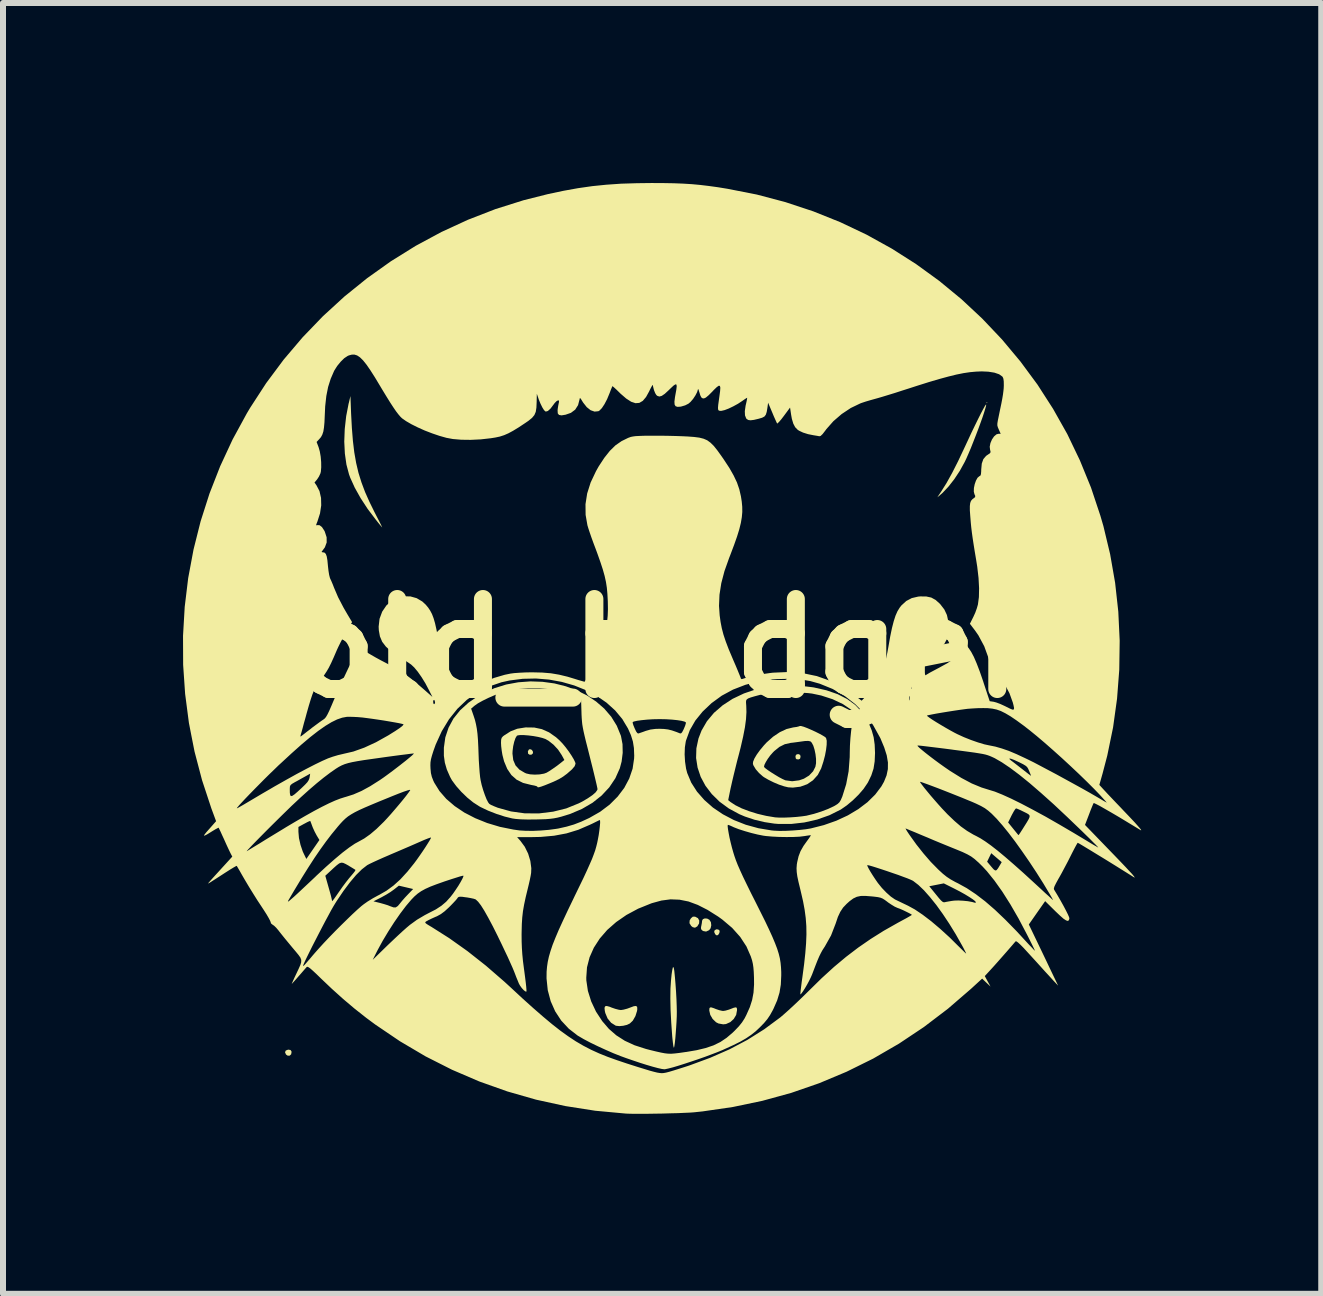
<source format=kicad_pcb>
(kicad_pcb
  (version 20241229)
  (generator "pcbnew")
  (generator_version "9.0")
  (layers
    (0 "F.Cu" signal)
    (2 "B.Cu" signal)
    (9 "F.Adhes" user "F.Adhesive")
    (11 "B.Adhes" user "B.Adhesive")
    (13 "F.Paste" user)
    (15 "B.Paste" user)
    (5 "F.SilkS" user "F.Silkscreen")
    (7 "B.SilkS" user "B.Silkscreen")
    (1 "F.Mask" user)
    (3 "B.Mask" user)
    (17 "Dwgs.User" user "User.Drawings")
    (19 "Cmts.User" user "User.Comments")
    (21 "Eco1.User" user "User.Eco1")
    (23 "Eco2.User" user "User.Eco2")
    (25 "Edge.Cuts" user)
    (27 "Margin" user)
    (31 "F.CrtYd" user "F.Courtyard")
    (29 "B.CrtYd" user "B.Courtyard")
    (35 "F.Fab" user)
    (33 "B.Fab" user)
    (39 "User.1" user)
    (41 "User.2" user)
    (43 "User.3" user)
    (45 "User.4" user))
  (footprint "old_badger"
    (layer "F.Cu")
    (at 7.998 7.754)
    (property "Reference" "old_badger" (at 0 0 0) (layer "F.SilkS") (effects (font (size 1.5 1.5) (thickness 0.3))))
    (attr board_only exclude_from_pos_files exclude_from_bom)
    (fp_poly (pts (xy 5.406 -4.093) (xy 5.398 -4.085) (xy 5.391 -4.093) (xy 5.398 -4.101)) (stroke (width 0) (type solid)) (fill yes) (layer "F.SilkS"))
    (fp_poly (pts (xy 2.286 1.776) (xy 2.293 1.807) (xy 2.284 1.84) (xy 2.257 1.852) (xy 2.224 1.847) (xy 2.212 1.832) (xy 2.208 1.793) (xy 2.227 1.767) (xy 2.257 1.763)) (stroke (width 0) (type solid)) (fill yes) (layer "F.SilkS"))
    (fp_poly (pts (xy -2.184 1.693) (xy -2.166 1.724) (xy -2.167 1.75) (xy -2.189 1.771) (xy -2.22 1.774) (xy -2.245 1.758) (xy -2.248 1.752) (xy -2.251 1.716) (xy -2.235 1.688) (xy -2.216 1.68)) (stroke (width 0) (type solid)) (fill yes) (layer "F.SilkS"))
    (fp_poly (pts (xy -6.207 6.694) (xy -6.192 6.715) (xy -6.189 6.726) (xy -6.196 6.765) (xy -6.221 6.788) (xy -6.254 6.788) (xy -6.282 6.769) (xy -6.298 6.732) (xy -6.286 6.703) (xy -6.25 6.689) (xy -6.242 6.688)) (stroke (width 0) (type solid)) (fill yes) (layer "F.SilkS"))
    (fp_poly (pts (xy 0.934 4.692) (xy 0.945 4.711) (xy 0.94 4.743) (xy 0.922 4.773) (xy 0.9 4.785) (xy 0.881 4.775) (xy 0.869 4.762) (xy 0.853 4.726) (xy 0.863 4.696) (xy 0.895 4.682) (xy 0.9 4.682)) (stroke (width 0) (type solid)) (fill yes) (layer "F.SilkS"))
    (fp_poly (pts (xy 0.538 4.473) (xy 0.583 4.497) (xy 0.605 4.537) (xy 0.602 4.585) (xy 0.573 4.632) (xy 0.571 4.634) (xy 0.534 4.656) (xy 0.496 4.647) (xy 0.47 4.626) (xy 0.442 4.581) (xy 0.445 4.534) (xy 0.467 4.498) (xy 0.498 4.472) (xy 0.535 4.472)) (stroke (width 0) (type solid)) (fill yes) (layer "F.SilkS"))
    (fp_poly (pts (xy 0.737 4.504) (xy 0.774 4.524) (xy 0.774 4.524) (xy 0.799 4.564) (xy 0.805 4.616) (xy 0.794 4.665) (xy 0.769 4.697) (xy 0.719 4.72) (xy 0.673 4.712) (xy 0.654 4.701) (xy 0.635 4.679) (xy 0.634 4.648) (xy 0.639 4.625) (xy 0.648 4.578) (xy 0.652 4.54) (xy 0.652 4.539) (xy 0.666 4.513) (xy 0.698 4.501)) (stroke (width 0) (type solid)) (fill yes) (layer "F.SilkS"))
    (fp_poly (pts (xy 1.229 5.99) (xy 1.234 6.012) (xy 1.234 6.032) (xy 1.22 6.109) (xy 1.18 6.176) (xy 1.122 6.229) (xy 1.051 6.261) (xy 1.003 6.266) (xy 0.925 6.252) (xy 0.884 6.231) (xy 0.828 6.177) (xy 0.788 6.108) (xy 0.772 6.036) (xy 0.772 6.032) (xy 0.774 6) (xy 0.784 5.985) (xy 0.807 5.984) (xy 0.85 5.998) (xy 0.884 6.012) (xy 0.937 6.03) (xy 0.984 6.041) (xy 1.003 6.043) (xy 1.04 6.038) (xy 1.092 6.023) (xy 1.123 6.012) (xy 1.179 5.99) (xy 1.212 5.983)) (stroke (width 0) (type solid)) (fill yes) (layer "F.SilkS"))
    (fp_poly (pts (xy -0.889 5.973) (xy -0.855 5.987) (xy -0.794 6.008) (xy -0.736 6.023) (xy -0.701 6.028) (xy -0.656 6.021) (xy -0.596 6.005) (xy -0.547 5.987) (xy -0.485 5.964) (xy -0.448 5.96) (xy -0.43 5.976) (xy -0.428 6.015) (xy -0.432 6.043) (xy -0.459 6.129) (xy -0.502 6.204) (xy -0.552 6.252) (xy -0.6 6.275) (xy -0.663 6.29) (xy -0.728 6.296) (xy -0.78 6.29) (xy -0.788 6.288) (xy -0.864 6.24) (xy -0.923 6.168) (xy -0.961 6.078) (xy -0.969 6.043) (xy -0.974 5.993) (xy -0.965 5.966) (xy -0.938 5.96)) (stroke (width 0) (type solid)) (fill yes) (layer "F.SilkS"))
    (fp_poly (pts (xy 0.182 5.333) (xy 0.189 5.376) (xy 0.199 5.476) (xy 0.209 5.595) (xy 0.218 5.722) (xy 0.225 5.848) (xy 0.229 5.963) (xy 0.231 6.055) (xy 0.23 6.131) (xy 0.226 6.22) (xy 0.22 6.316) (xy 0.213 6.411) (xy 0.206 6.499) (xy 0.198 6.574) (xy 0.19 6.629) (xy 0.184 6.655) (xy 0.179 6.651) (xy 0.172 6.62) (xy 0.165 6.567) (xy 0.157 6.496) (xy 0.154 6.464) (xy 0.138 6.24) (xy 0.127 6.031) (xy 0.123 5.84) (xy 0.125 5.673) (xy 0.134 5.536) (xy 0.144 5.433) (xy 0.155 5.361) (xy 0.164 5.32) (xy 0.174 5.311)) (stroke (width 0) (type solid)) (fill yes) (layer "F.SilkS"))
    (fp_poly (pts (xy -5.197 -3.91) (xy -5.184 -3.67) (xy -5.167 -3.457) (xy -5.144 -3.265) (xy -5.113 -3.089) (xy -5.074 -2.924) (xy -5.024 -2.764) (xy -4.964 -2.604) (xy -4.891 -2.44) (xy -4.809 -2.273) (xy -4.767 -2.191) (xy -4.73 -2.12) (xy -4.702 -2.064) (xy -4.684 -2.027) (xy -4.679 -2.014) (xy -4.689 -2.026) (xy -4.716 -2.057) (xy -4.753 -2.103) (xy -4.787 -2.146) (xy -4.921 -2.323) (xy -5.038 -2.502) (xy -5.136 -2.677) (xy -5.211 -2.842) (xy -5.232 -2.9) (xy -5.275 -3.063) (xy -5.301 -3.246) (xy -5.311 -3.445) (xy -5.303 -3.655) (xy -5.279 -3.869) (xy -5.238 -4.081) (xy -5.236 -4.086) (xy -5.208 -4.204)) (stroke (width 0) (type solid)) (fill yes) (layer "F.SilkS"))
    (fp_poly (pts (xy 5.385 -4.044) (xy 5.373 -4) (xy 5.353 -3.934) (xy 5.326 -3.852) (xy 5.292 -3.757) (xy 5.254 -3.653) (xy 5.213 -3.546) (xy 5.171 -3.439) (xy 5.13 -3.335) (xy 5.09 -3.241) (xy 5.054 -3.159) (xy 5.028 -3.105) (xy 4.947 -2.958) (xy 4.855 -2.819) (xy 4.758 -2.695) (xy 4.661 -2.592) (xy 4.627 -2.562) (xy 4.572 -2.516) (xy 4.636 -2.612) (xy 4.724 -2.752) (xy 4.818 -2.921) (xy 4.918 -3.118) (xy 5.021 -3.336) (xy 5.083 -3.469) (xy 5.142 -3.596) (xy 5.199 -3.714) (xy 5.251 -3.82) (xy 5.296 -3.91) (xy 5.334 -3.982) (xy 5.362 -4.033) (xy 5.38 -4.06) (xy 5.385 -4.064)) (stroke (width 0) (type solid)) (fill yes) (layer "F.SilkS"))
    (fp_poly (pts (xy -2.145 1.32) (xy -2.018 1.347) (xy -1.899 1.4) (xy -1.783 1.481) (xy -1.726 1.532) (xy -1.675 1.585) (xy -1.621 1.65) (xy -1.569 1.72) (xy -1.523 1.789) (xy -1.486 1.851) (xy -1.463 1.899) (xy -1.457 1.923) (xy -1.472 1.965) (xy -1.515 2.016) (xy -1.525 2.025) (xy -1.598 2.089) (xy -1.664 2.138) (xy -1.734 2.18) (xy -1.817 2.22) (xy -1.881 2.247) (xy -1.967 2.282) (xy -2.028 2.304) (xy -2.067 2.315) (xy -2.088 2.315) (xy -2.094 2.305) (xy -2.094 2.305) (xy -2.109 2.296) (xy -2.147 2.286) (xy -2.2 2.276) (xy -2.203 2.275) (xy -2.331 2.243) (xy -2.439 2.189) (xy -2.526 2.112) (xy -2.595 2.01) (xy -2.648 1.883) (xy -2.675 1.778) (xy -2.679 1.755) (xy -2.508 1.755) (xy -2.495 1.862) (xy -2.457 1.951) (xy -2.392 2.022) (xy -2.3 2.076) (xy -2.276 2.086) (xy -2.214 2.1) (xy -2.136 2.105) (xy -2.054 2.101) (xy -1.981 2.088) (xy -1.94 2.073) (xy -1.894 2.046) (xy -1.833 2.005) (xy -1.766 1.958) (xy -1.704 1.91) (xy -1.684 1.894) (xy -1.643 1.861) (xy -1.688 1.778) (xy -1.748 1.688) (xy -1.824 1.606) (xy -1.906 1.541) (xy -1.959 1.511) (xy -2.012 1.493) (xy -2.082 1.476) (xy -2.16 1.462) (xy -2.24 1.452) (xy -2.315 1.446) (xy -2.378 1.445) (xy -2.421 1.451) (xy -2.435 1.458) (xy -2.458 1.496) (xy -2.479 1.557) (xy -2.496 1.631) (xy -2.506 1.709) (xy -2.508 1.755) (xy -2.679 1.755) (xy -2.687 1.706) (xy -2.696 1.632) (xy -2.699 1.576) (xy -2.697 1.524) (xy -2.688 1.492) (xy -2.667 1.467) (xy -2.647 1.452) (xy -2.539 1.383) (xy -2.427 1.34) (xy -2.302 1.32) (xy -2.287 1.318)) (stroke (width 0) (type solid)) (fill yes) (layer "F.SilkS"))
    (fp_poly (pts (xy 2.302 1.295) (xy 2.346 1.307) (xy 2.404 1.329) (xy 2.471 1.358) (xy 2.541 1.39) (xy 2.607 1.423) (xy 2.663 1.454) (xy 2.703 1.479) (xy 2.718 1.495) (xy 2.729 1.539) (xy 2.728 1.606) (xy 2.718 1.691) (xy 2.7 1.787) (xy 2.673 1.889) (xy 2.64 1.99) (xy 2.637 2) (xy 2.58 2.11) (xy 2.5 2.199) (xy 2.403 2.265) (xy 2.289 2.306) (xy 2.165 2.321) (xy 2.086 2.316) (xy 2.019 2.3) (xy 1.935 2.272) (xy 1.845 2.234) (xy 1.758 2.191) (xy 1.684 2.148) (xy 1.663 2.133) (xy 1.601 2.078) (xy 1.546 2.015) (xy 1.521 1.973) (xy 1.684 1.973) (xy 1.686 1.979) (xy 1.708 2) (xy 1.751 2.032) (xy 1.808 2.07) (xy 1.872 2.11) (xy 1.935 2.148) (xy 1.992 2.178) (xy 2.034 2.197) (xy 2.042 2.2) (xy 2.153 2.215) (xy 2.269 2.2) (xy 2.348 2.173) (xy 2.435 2.12) (xy 2.502 2.049) (xy 2.54 1.974) (xy 2.551 1.916) (xy 2.551 1.843) (xy 2.542 1.765) (xy 2.526 1.688) (xy 2.505 1.621) (xy 2.479 1.572) (xy 2.458 1.551) (xy 2.422 1.543) (xy 2.364 1.545) (xy 2.32 1.551) (xy 2.248 1.561) (xy 2.173 1.571) (xy 2.128 1.576) (xy 2.03 1.598) (xy 1.942 1.642) (xy 1.855 1.712) (xy 1.832 1.735) (xy 1.788 1.785) (xy 1.747 1.841) (xy 1.714 1.895) (xy 1.691 1.941) (xy 1.684 1.973) (xy 1.521 1.973) (xy 1.508 1.952) (xy 1.499 1.926) (xy 1.502 1.89) (xy 1.524 1.836) (xy 1.564 1.769) (xy 1.617 1.696) (xy 1.68 1.62) (xy 1.728 1.568) (xy 1.835 1.473) (xy 1.948 1.397) (xy 2.06 1.345) (xy 2.167 1.319) (xy 2.178 1.317) (xy 2.229 1.31) (xy 2.268 1.3) (xy 2.281 1.294)) (stroke (width 0) (type solid)) (fill yes) (layer "F.SilkS"))
    (fp_poly (pts (xy -2.007 0.558) (xy -1.809 0.585) (xy -1.619 0.633) (xy -1.437 0.7) (xy -1.268 0.784) (xy -1.114 0.887) (xy -0.978 1.005) (xy -0.862 1.14) (xy -0.77 1.289) (xy -0.703 1.452) (xy -0.699 1.465) (xy -0.674 1.597) (xy -0.671 1.742) (xy -0.689 1.887) (xy -0.719 1.999) (xy -0.793 2.165) (xy -0.895 2.317) (xy -1.022 2.453) (xy -1.174 2.574) (xy -1.349 2.676) (xy -1.544 2.759) (xy -1.689 2.804) (xy -1.755 2.821) (xy -1.816 2.833) (xy -1.878 2.841) (xy -1.951 2.847) (xy -2.043 2.85) (xy -2.118 2.852) (xy -2.256 2.853) (xy -2.367 2.85) (xy -2.456 2.843) (xy -2.51 2.835) (xy -2.637 2.804) (xy -2.776 2.759) (xy -2.914 2.705) (xy -3.038 2.646) (xy -3.063 2.632) (xy -3.162 2.568) (xy -3.263 2.486) (xy -3.36 2.392) (xy -3.446 2.295) (xy -3.516 2.2) (xy -3.548 2.142) (xy -3.602 2.019) (xy -3.635 1.905) (xy -3.651 1.79) (xy -3.651 1.661) (xy -3.651 1.656) (xy -3.627 1.484) (xy -3.573 1.322) (xy -3.491 1.17) (xy -3.379 1.031) (xy -3.35 1.005) (xy -3.197 1.005) (xy -3.156 1.123) (xy -3.133 1.194) (xy -3.116 1.264) (xy -3.102 1.339) (xy -3.091 1.424) (xy -3.083 1.525) (xy -3.077 1.647) (xy -3.073 1.76) (xy -3.069 1.866) (xy -3.062 1.972) (xy -3.055 2.068) (xy -3.047 2.147) (xy -3.039 2.197) (xy -3.021 2.278) (xy -2.996 2.363) (xy -2.968 2.444) (xy -2.94 2.515) (xy -2.913 2.567) (xy -2.894 2.592) (xy -2.866 2.609) (xy -2.817 2.631) (xy -2.759 2.654) (xy -2.755 2.656) (xy -2.533 2.718) (xy -2.303 2.75) (xy -2.065 2.751) (xy -1.83 2.722) (xy -1.612 2.668) (xy -1.405 2.584) (xy -1.347 2.555) (xy -1.252 2.499) (xy -1.176 2.447) (xy -1.122 2.4) (xy -1.094 2.36) (xy -1.091 2.345) (xy -1.095 2.322) (xy -1.106 2.271) (xy -1.123 2.198) (xy -1.145 2.106) (xy -1.171 1.999) (xy -1.201 1.88) (xy -1.221 1.8) (xy -1.256 1.66) (xy -1.285 1.547) (xy -1.307 1.455) (xy -1.324 1.38) (xy -1.336 1.318) (xy -1.345 1.264) (xy -1.35 1.213) (xy -1.354 1.162) (xy -1.357 1.105) (xy -1.358 1.065) (xy -1.365 0.839) (xy -1.487 0.791) (xy -1.558 0.764) (xy -1.632 0.739) (xy -1.693 0.72) (xy -1.696 0.719) (xy -1.864 0.684) (xy -2.049 0.665) (xy -2.24 0.664) (xy -2.429 0.68) (xy -2.604 0.714) (xy -2.611 0.715) (xy -2.703 0.743) (xy -2.805 0.781) (xy -2.907 0.825) (xy -3.003 0.872) (xy -3.084 0.917) (xy -3.142 0.958) (xy -3.143 0.959) (xy -3.197 1.005) (xy -3.35 1.005) (xy -3.239 0.904) (xy -3.072 0.79) (xy -2.998 0.749) (xy -2.808 0.664) (xy -2.612 0.603) (xy -2.411 0.566) (xy -2.208 0.551)) (stroke (width 0) (type solid)) (fill yes) (layer "F.SilkS"))
    (fp_poly (pts (xy 2.256 0.627) (xy 2.38 0.635) (xy 2.488 0.648) (xy 2.515 0.652) (xy 2.726 0.7) (xy 2.911 0.764) (xy 3.069 0.845) (xy 3.204 0.944) (xy 3.315 1.062) (xy 3.405 1.199) (xy 3.43 1.25) (xy 3.479 1.368) (xy 3.511 1.482) (xy 3.528 1.604) (xy 3.534 1.744) (xy 3.528 1.884) (xy 3.509 2.005) (xy 3.472 2.118) (xy 3.417 2.232) (xy 3.404 2.253) (xy 3.342 2.344) (xy 3.259 2.44) (xy 3.163 2.534) (xy 3.061 2.619) (xy 2.963 2.687) (xy 2.961 2.688) (xy 2.775 2.781) (xy 2.571 2.853) (xy 2.356 2.902) (xy 2.136 2.927) (xy 1.917 2.926) (xy 1.855 2.921) (xy 1.692 2.896) (xy 1.524 2.856) (xy 1.365 2.803) (xy 1.273 2.764) (xy 1.096 2.668) (xy 0.942 2.555) (xy 0.917 2.53) (xy 1.087 2.53) (xy 1.125 2.561) (xy 1.206 2.614) (xy 1.312 2.667) (xy 1.438 2.715) (xy 1.576 2.758) (xy 1.72 2.792) (xy 1.864 2.816) (xy 1.871 2.817) (xy 1.936 2.821) (xy 2.022 2.821) (xy 2.121 2.817) (xy 2.222 2.81) (xy 2.316 2.8) (xy 2.393 2.789) (xy 2.404 2.786) (xy 2.518 2.758) (xy 2.638 2.72) (xy 2.751 2.677) (xy 2.847 2.632) (xy 2.867 2.621) (xy 2.911 2.593) (xy 2.941 2.565) (xy 2.964 2.527) (xy 2.989 2.469) (xy 2.99 2.466) (xy 3.053 2.265) (xy 3.094 2.049) (xy 3.112 1.814) (xy 3.113 1.734) (xy 3.116 1.617) (xy 3.124 1.494) (xy 3.136 1.375) (xy 3.151 1.267) (xy 3.168 1.181) (xy 3.172 1.165) (xy 3.198 1.072) (xy 3.146 1.03) (xy 2.998 0.929) (xy 2.827 0.848) (xy 2.636 0.786) (xy 2.484 0.754) (xy 2.417 0.746) (xy 2.326 0.74) (xy 2.218 0.736) (xy 2.099 0.734) (xy 2.062 0.734) (xy 1.954 0.735) (xy 1.87 0.737) (xy 1.804 0.741) (xy 1.749 0.747) (xy 1.697 0.756) (xy 1.643 0.769) (xy 1.616 0.776) (xy 1.526 0.8) (xy 1.462 0.819) (xy 1.42 0.835) (xy 1.396 0.852) (xy 1.385 0.874) (xy 1.384 0.904) (xy 1.387 0.945) (xy 1.388 0.959) (xy 1.391 1.063) (xy 1.384 1.181) (xy 1.366 1.316) (xy 1.336 1.471) (xy 1.295 1.65) (xy 1.267 1.76) (xy 1.236 1.877) (xy 1.206 1.999) (xy 1.177 2.117) (xy 1.152 2.223) (xy 1.133 2.308) (xy 1.129 2.324) (xy 1.087 2.53) (xy 0.917 2.53) (xy 0.813 2.428) (xy 0.708 2.29) (xy 0.629 2.143) (xy 0.577 1.988) (xy 0.552 1.828) (xy 0.557 1.666) (xy 0.592 1.502) (xy 0.643 1.37) (xy 0.733 1.215) (xy 0.85 1.075) (xy 0.993 0.951) (xy 1.16 0.842) (xy 1.349 0.752) (xy 1.56 0.68) (xy 1.678 0.65) (xy 1.762 0.637) (xy 1.87 0.628) (xy 1.994 0.623) (xy 2.125 0.623)) (stroke (width 0) (type solid)) (fill yes) (layer "F.SilkS"))
    (fp_poly (pts (xy 0.007 -7.753) (xy 0.181 -7.75) (xy 0.336 -7.744) (xy 0.481 -7.735) (xy 0.621 -7.722) (xy 0.763 -7.705) (xy 0.915 -7.684) (xy 1.075 -7.658) (xy 1.563 -7.562) (xy 2.04 -7.436) (xy 2.505 -7.282) (xy 2.956 -7.101) (xy 3.392 -6.894) (xy 3.813 -6.661) (xy 4.217 -6.404) (xy 4.604 -6.123) (xy 4.973 -5.819) (xy 5.321 -5.494) (xy 5.65 -5.147) (xy 5.956 -4.781) (xy 6.241 -4.395) (xy 6.501 -3.991) (xy 6.738 -3.57) (xy 6.948 -3.132) (xy 7.133 -2.679) (xy 7.289 -2.211) (xy 7.34 -2.036) (xy 7.452 -1.568) (xy 7.535 -1.092) (xy 7.588 -0.611) (xy 7.611 -0.127) (xy 7.604 0.357) (xy 7.567 0.84) (xy 7.501 1.317) (xy 7.404 1.788) (xy 7.326 2.086) (xy 7.272 2.276) (xy 7.338 2.348) (xy 7.368 2.38) (xy 7.415 2.431) (xy 7.477 2.496) (xy 7.549 2.572) (xy 7.627 2.653) (xy 7.674 2.703) (xy 7.777 2.811) (xy 7.858 2.897) (xy 7.916 2.962) (xy 7.954 3.006) (xy 7.97 3.029) (xy 7.966 3.033) (xy 7.96 3.03) (xy 7.942 3.019) (xy 7.902 2.995) (xy 7.846 2.961) (xy 7.778 2.92) (xy 7.755 2.906) (xy 7.603 2.814) (xy 7.472 2.737) (xy 7.364 2.675) (xy 7.28 2.627) (xy 7.22 2.596) (xy 7.186 2.58) (xy 7.177 2.579) (xy 7.168 2.597) (xy 7.151 2.638) (xy 7.127 2.697) (xy 7.101 2.766) (xy 7.033 2.943) (xy 7.404 3.327) (xy 7.526 3.453) (xy 7.627 3.558) (xy 7.708 3.643) (xy 7.77 3.71) (xy 7.816 3.759) (xy 7.845 3.794) (xy 7.859 3.813) (xy 7.861 3.82) (xy 7.85 3.816) (xy 7.843 3.812) (xy 7.751 3.754) (xy 7.65 3.691) (xy 7.543 3.624) (xy 7.435 3.557) (xy 7.328 3.491) (xy 7.226 3.429) (xy 7.133 3.372) (xy 7.052 3.323) (xy 6.986 3.283) (xy 6.939 3.255) (xy 6.914 3.242) (xy 6.911 3.241) (xy 6.902 3.254) (xy 6.881 3.291) (xy 6.851 3.347) (xy 6.815 3.417) (xy 6.793 3.461) (xy 6.746 3.554) (xy 6.693 3.654) (xy 6.643 3.748) (xy 6.599 3.827) (xy 6.592 3.838) (xy 6.551 3.913) (xy 6.525 3.965) (xy 6.514 4) (xy 6.517 4.02) (xy 6.517 4.02) (xy 6.573 4.112) (xy 6.626 4.204) (xy 6.675 4.292) (xy 6.716 4.37) (xy 6.748 4.434) (xy 6.768 4.48) (xy 6.773 4.503) (xy 6.764 4.532) (xy 6.746 4.543) (xy 6.718 4.534) (xy 6.675 4.506) (xy 6.617 4.455) (xy 6.54 4.382) (xy 6.539 4.381) (xy 6.369 4.213) (xy 6.233 4.407) (xy 6.097 4.602) (xy 6.227 4.873) (xy 6.279 4.981) (xy 6.337 5.102) (xy 6.395 5.223) (xy 6.447 5.333) (xy 6.471 5.383) (xy 6.585 5.621) (xy 6.509 5.54) (xy 6.477 5.505) (xy 6.428 5.451) (xy 6.365 5.383) (xy 6.293 5.303) (xy 6.216 5.218) (xy 6.164 5.161) (xy 6.078 5.067) (xy 6.011 4.994) (xy 5.959 4.941) (xy 5.922 4.907) (xy 5.897 4.887) (xy 5.882 4.882) (xy 5.876 4.884) (xy 5.859 4.903) (xy 5.826 4.942) (xy 5.781 4.994) (xy 5.728 5.055) (xy 5.713 5.072) (xy 5.648 5.146) (xy 5.58 5.223) (xy 5.516 5.295) (xy 5.465 5.351) (xy 5.363 5.462) (xy 5.411 5.55) (xy 5.459 5.637) (xy 5.389 5.571) (xy 5.319 5.504) (xy 5.136 5.672) (xy 4.749 6.006) (xy 4.348 6.311) (xy 3.933 6.588) (xy 3.503 6.837) (xy 3.06 7.056) (xy 2.604 7.247) (xy 2.136 7.409) (xy 1.655 7.541) (xy 1.163 7.644) (xy 0.66 7.717) (xy 0.518 7.732) (xy 0.451 7.737) (xy 0.358 7.741) (xy 0.247 7.746) (xy 0.122 7.749) (xy -0.011 7.753) (xy -0.146 7.755) (xy -0.276 7.757) (xy -0.396 7.757) (xy -0.5 7.757) (xy -0.582 7.755) (xy -0.621 7.753) (xy -1.129 7.706) (xy -1.627 7.628) (xy -2.116 7.521) (xy -2.594 7.384) (xy -3.061 7.218) (xy -3.515 7.023) (xy -3.956 6.8) (xy -4.383 6.548) (xy -4.795 6.269) (xy -4.945 6.158) (xy -5.141 6.003) (xy -5.329 5.844) (xy -5.519 5.673) (xy -5.698 5.503) (xy -5.775 5.428) (xy -5.833 5.374) (xy -5.875 5.337) (xy -5.904 5.316) (xy -5.923 5.307) (xy -5.935 5.309) (xy -5.938 5.312) (xy -5.957 5.333) (xy -5.991 5.372) (xy -6.035 5.423) (xy -6.073 5.466) (xy -6.119 5.519) (xy -6.156 5.56) (xy -6.18 5.586) (xy -6.187 5.592) (xy -6.18 5.576) (xy -6.163 5.537) (xy -6.138 5.482) (xy -6.109 5.421) (xy -6.07 5.338) (xy -6.047 5.286) (xy -5.996 5.286) (xy -5.995 5.292) (xy -5.992 5.293) (xy -5.983 5.286) (xy -5.965 5.267) (xy -5.937 5.235) (xy -5.899 5.191) (xy -4.837 5.191) (xy -4.592 4.952) (xy -4.509 4.873) (xy -4.424 4.793) (xy -4.343 4.718) (xy -4.271 4.654) (xy -4.215 4.607) (xy -4.212 4.605) (xy -4.165 4.571) (xy -3.962 4.571) (xy -3.95 4.585) (xy -3.919 4.606) (xy -3.864 4.639) (xy -3.86 4.641) (xy -3.562 4.83) (xy -3.258 5.046) (xy -2.95 5.289) (xy -2.642 5.556) (xy -2.535 5.654) (xy -2.339 5.836) (xy -2.161 5.996) (xy -1.999 6.137) (xy -1.851 6.261) (xy -1.712 6.37) (xy -1.58 6.465) (xy -1.453 6.549) (xy -1.326 6.623) (xy -1.197 6.69) (xy -1.063 6.751) (xy -0.921 6.808) (xy -0.768 6.863) (xy -0.601 6.919) (xy -0.557 6.933) (xy -0.419 6.977) (xy -0.308 7.011) (xy -0.22 7.038) (xy -0.15 7.057) (xy -0.097 7.07) (xy -0.054 7.077) (xy -0.02 7.08) (xy 0.01 7.078) (xy 0.039 7.073) (xy 0.062 7.068) (xy 0.108 7.056) (xy 0.178 7.035) (xy 0.264 7.008) (xy 0.359 6.978) (xy 0.439 6.952) (xy 0.786 6.824) (xy 1.108 6.683) (xy 1.407 6.525) (xy 1.688 6.348) (xy 1.953 6.152) (xy 1.957 6.149) (xy 2.013 6.101) (xy 2.086 6.036) (xy 2.172 5.957) (xy 2.264 5.87) (xy 2.358 5.779) (xy 2.429 5.709) (xy 2.645 5.497) (xy 2.851 5.309) (xy 3.052 5.141) (xy 3.254 4.987) (xy 3.461 4.844) (xy 3.679 4.707) (xy 3.914 4.574) (xy 3.982 4.537) (xy 4.047 4.502) (xy 4.1 4.472) (xy 4.135 4.451) (xy 4.148 4.442) (xy 4.135 4.431) (xy 4.1 4.412) (xy 4.052 4.388) (xy 3.998 4.362) (xy 3.947 4.34) (xy 3.906 4.325) (xy 3.904 4.324) (xy 3.862 4.305) (xy 3.806 4.271) (xy 3.748 4.232) (xy 3.744 4.228) (xy 3.698 4.194) (xy 3.662 4.171) (xy 3.626 4.156) (xy 3.581 4.146) (xy 3.518 4.138) (xy 3.478 4.134) (xy 3.375 4.126) (xy 3.295 4.127) (xy 3.23 4.141) (xy 3.171 4.169) (xy 3.11 4.214) (xy 3.061 4.258) (xy 3.002 4.32) (xy 2.955 4.391) (xy 2.915 4.476) (xy 2.878 4.586) (xy 2.875 4.594) (xy 2.801 4.785) (xy 2.697 4.97) (xy 2.683 4.991) (xy 2.656 5.033) (xy 2.631 5.079) (xy 2.604 5.134) (xy 2.574 5.204) (xy 2.539 5.293) (xy 2.496 5.406) (xy 2.485 5.435) (xy 2.463 5.485) (xy 2.434 5.544) (xy 2.401 5.605) (xy 2.366 5.665) (xy 2.334 5.715) (xy 2.308 5.751) (xy 2.292 5.767) (xy 2.289 5.766) (xy 2.29 5.749) (xy 2.294 5.706) (xy 2.302 5.642) (xy 2.312 5.561) (xy 2.324 5.476) (xy 2.352 5.265) (xy 2.372 5.081) (xy 2.385 4.916) (xy 2.391 4.767) (xy 2.389 4.628) (xy 2.379 4.493) (xy 2.361 4.358) (xy 2.335 4.217) (xy 2.3 4.065) (xy 2.286 4.006) (xy 2.258 3.891) (xy 2.239 3.801) (xy 2.229 3.728) (xy 2.226 3.665) (xy 2.23 3.613) (xy 3.404 3.613) (xy 3.408 3.63) (xy 3.426 3.667) (xy 3.456 3.72) (xy 3.494 3.781) (xy 3.536 3.845) (xy 3.579 3.907) (xy 3.581 3.91) (xy 3.648 3.993) (xy 3.723 4.071) (xy 3.797 4.137) (xy 3.865 4.184) (xy 3.881 4.192) (xy 3.927 4.214) (xy 3.991 4.245) (xy 4.06 4.278) (xy 4.085 4.29) (xy 4.198 4.352) (xy 4.327 4.439) (xy 4.469 4.547) (xy 4.619 4.674) (xy 4.777 4.818) (xy 4.912 4.952) (xy 4.965 5.004) (xy 5.009 5.047) (xy 5.04 5.077) (xy 5.053 5.088) (xy 5.053 5.088) (xy 5.048 5.075) (xy 5.031 5.04) (xy 5.005 4.989) (xy 4.983 4.949) (xy 4.879 4.765) (xy 4.772 4.591) (xy 4.663 4.427) (xy 4.555 4.277) (xy 4.449 4.145) (xy 4.349 4.032) (xy 4.279 3.965) (xy 4.438 3.965) (xy 4.55 4.103) (xy 4.599 4.163) (xy 4.633 4.201) (xy 4.658 4.223) (xy 4.678 4.232) (xy 4.698 4.231) (xy 4.712 4.227) (xy 4.756 4.219) (xy 4.815 4.209) (xy 4.857 4.204) (xy 4.922 4.202) (xy 5.001 4.206) (xy 5.081 4.214) (xy 5.151 4.227) (xy 5.191 4.238) (xy 5.212 4.239) (xy 5.215 4.232) (xy 5.202 4.213) (xy 5.164 4.183) (xy 5.105 4.144) (xy 5.031 4.099) (xy 4.945 4.051) (xy 4.856 4.005) (xy 4.68 3.917) (xy 4.559 3.941) (xy 4.438 3.965) (xy 4.279 3.965) (xy 4.256 3.943) (xy 4.173 3.879) (xy 4.158 3.87) (xy 4.126 3.855) (xy 4.073 3.833) (xy 4.002 3.807) (xy 3.919 3.776) (xy 3.828 3.745) (xy 3.735 3.713) (xy 3.645 3.683) (xy 3.562 3.656) (xy 3.492 3.634) (xy 3.439 3.619) (xy 3.409 3.613) (xy 3.404 3.613) (xy 2.23 3.613) (xy 2.23 3.607) (xy 2.237 3.563) (xy 2.26 3.465) (xy 2.293 3.379) (xy 2.342 3.293) (xy 2.394 3.22) (xy 2.429 3.172) (xy 2.454 3.135) (xy 2.464 3.115) (xy 2.464 3.113) (xy 2.443 3.116) (xy 2.401 3.122) (xy 2.357 3.129) (xy 2.276 3.139) (xy 2.173 3.144) (xy 2.056 3.145) (xy 1.935 3.143) (xy 1.819 3.137) (xy 1.717 3.128) (xy 1.673 3.122) (xy 1.577 3.103) (xy 1.471 3.077) (xy 1.363 3.046) (xy 1.263 3.014) (xy 1.181 2.982) (xy 1.149 2.967) (xy 1.11 2.95) (xy 1.085 2.942) (xy 1.08 2.943) (xy 1.078 2.964) (xy 1.083 3.01) (xy 1.094 3.075) (xy 1.109 3.154) (xy 1.129 3.24) (xy 1.151 3.327) (xy 1.175 3.411) (xy 1.191 3.462) (xy 1.215 3.531) (xy 1.246 3.61) (xy 1.286 3.701) (xy 1.335 3.808) (xy 1.396 3.934) (xy 1.469 4.083) (xy 1.53 4.203) (xy 1.623 4.389) (xy 1.703 4.549) (xy 1.769 4.688) (xy 1.824 4.809) (xy 1.868 4.914) (xy 1.903 5.006) (xy 1.929 5.089) (xy 1.948 5.166) (xy 1.96 5.241) (xy 1.967 5.315) (xy 1.971 5.393) (xy 1.971 5.454) (xy 1.964 5.604) (xy 1.942 5.738) (xy 1.903 5.867) (xy 1.843 6.004) (xy 1.829 6.032) (xy 1.785 6.111) (xy 1.74 6.178) (xy 1.685 6.244) (xy 1.617 6.314) (xy 1.545 6.382) (xy 1.469 6.442) (xy 1.385 6.499) (xy 1.288 6.555) (xy 1.171 6.613) (xy 1.031 6.677) (xy 0.987 6.697) (xy 0.906 6.73) (xy 0.809 6.767) (xy 0.702 6.807) (xy 0.588 6.847) (xy 0.472 6.886) (xy 0.36 6.923) (xy 0.256 6.956) (xy 0.165 6.983) (xy 0.091 7.002) (xy 0.04 7.013) (xy 0.023 7.015) (xy -0.018 7.01) (xy -0.085 6.995) (xy -0.171 6.972) (xy -0.273 6.942) (xy -0.384 6.907) (xy -0.5 6.868) (xy -0.616 6.828) (xy -0.701 6.797) (xy -0.825 6.748) (xy -0.955 6.691) (xy -1.086 6.631) (xy -1.21 6.571) (xy -1.32 6.513) (xy -1.407 6.462) (xy -1.421 6.454) (xy -1.569 6.339) (xy -1.695 6.204) (xy -1.796 6.05) (xy -1.871 5.881) (xy -1.92 5.697) (xy -1.94 5.503) (xy -1.94 5.488) (xy -1.278 5.488) (xy -1.277 5.534) (xy -1.251 5.709) (xy -1.196 5.884) (xy -1.116 6.054) (xy -1.012 6.213) (xy -0.901 6.342) (xy -0.778 6.449) (xy -0.636 6.54) (xy -0.473 6.615) (xy -0.284 6.676) (xy -0.215 6.694) (xy -0.112 6.719) (xy -0.032 6.737) (xy 0.032 6.749) (xy 0.087 6.755) (xy 0.141 6.756) (xy 0.202 6.751) (xy 0.277 6.742) (xy 0.373 6.728) (xy 0.385 6.727) (xy 0.561 6.697) (xy 0.711 6.661) (xy 0.841 6.617) (xy 0.956 6.561) (xy 1.06 6.491) (xy 1.161 6.405) (xy 1.196 6.371) (xy 1.266 6.298) (xy 1.318 6.233) (xy 1.361 6.166) (xy 1.391 6.107) (xy 1.448 5.979) (xy 1.486 5.86) (xy 1.509 5.738) (xy 1.518 5.603) (xy 1.517 5.488) (xy 1.513 5.391) (xy 1.507 5.318) (xy 1.498 5.257) (xy 1.485 5.2) (xy 1.465 5.138) (xy 1.465 5.137) (xy 1.391 4.968) (xy 1.287 4.809) (xy 1.153 4.659) (xy 0.989 4.52) (xy 0.918 4.469) (xy 0.743 4.359) (xy 0.58 4.276) (xy 0.426 4.219) (xy 0.276 4.189) (xy 0.127 4.183) (xy -0.025 4.203) (xy -0.182 4.246) (xy -0.199 4.252) (xy -0.414 4.339) (xy -0.608 4.443) (xy -0.78 4.562) (xy -0.929 4.693) (xy -1.053 4.836) (xy -1.152 4.989) (xy -1.223 5.149) (xy -1.266 5.316) (xy -1.278 5.488) (xy -1.94 5.488) (xy -1.94 5.47) (xy -1.939 5.388) (xy -1.932 5.307) (xy -1.92 5.225) (xy -1.901 5.138) (xy -1.874 5.045) (xy -1.839 4.941) (xy -1.793 4.825) (xy -1.737 4.693) (xy -1.668 4.542) (xy -1.587 4.369) (xy -1.492 4.172) (xy -1.473 4.132) (xy -1.392 3.965) (xy -1.323 3.823) (xy -1.267 3.702) (xy -1.221 3.599) (xy -1.183 3.512) (xy -1.154 3.436) (xy -1.13 3.369) (xy -1.112 3.306) (xy -1.097 3.246) (xy -1.086 3.193) (xy -1.071 3.113) (xy -1.06 3.035) (xy -1.052 2.965) (xy -1.047 2.909) (xy -1.048 2.872) (xy -1.053 2.861) (xy -1.054 2.861) (xy -1.073 2.87) (xy -1.114 2.89) (xy -1.17 2.918) (xy -1.219 2.941) (xy -1.411 3.024) (xy -1.607 3.084) (xy -1.815 3.123) (xy -2.039 3.143) (xy -2.179 3.146) (xy -2.431 3.146) (xy -2.375 3.209) (xy -2.303 3.307) (xy -2.247 3.421) (xy -2.21 3.543) (xy -2.194 3.664) (xy -2.197 3.742) (xy -2.205 3.791) (xy -2.219 3.86) (xy -2.237 3.939) (xy -2.253 4.005) (xy -2.288 4.149) (xy -2.314 4.271) (xy -2.333 4.38) (xy -2.345 4.485) (xy -2.352 4.593) (xy -2.355 4.714) (xy -2.356 4.769) (xy -2.355 4.888) (xy -2.351 4.994) (xy -2.344 5.098) (xy -2.333 5.211) (xy -2.316 5.343) (xy -2.311 5.379) (xy -2.298 5.478) (xy -2.287 5.566) (xy -2.279 5.639) (xy -2.275 5.691) (xy -2.274 5.718) (xy -2.275 5.72) (xy -2.293 5.718) (xy -2.321 5.696) (xy -2.353 5.661) (xy -2.383 5.619) (xy -2.402 5.584) (xy -2.418 5.544) (xy -2.443 5.484) (xy -2.47 5.413) (xy -2.485 5.375) (xy -2.508 5.32) (xy -2.543 5.242) (xy -2.586 5.146) (xy -2.637 5.039) (xy -2.691 4.925) (xy -2.747 4.81) (xy -2.747 4.809) (xy -2.834 4.635) (xy -2.911 4.49) (xy -2.977 4.373) (xy -3.033 4.284) (xy -3.08 4.223) (xy -3.118 4.187) (xy -3.125 4.183) (xy -3.154 4.173) (xy -3.205 4.162) (xy -3.267 4.151) (xy -3.279 4.15) (xy -3.342 4.141) (xy -3.381 4.139) (xy -3.404 4.143) (xy -3.419 4.154) (xy -3.428 4.168) (xy -3.45 4.195) (xy -3.488 4.236) (xy -3.536 4.286) (xy -3.567 4.317) (xy -3.638 4.382) (xy -3.701 4.429) (xy -3.766 4.465) (xy -3.793 4.476) (xy -3.853 4.503) (xy -3.905 4.528) (xy -3.939 4.547) (xy -3.941 4.547) (xy -3.958 4.56) (xy -3.962 4.571) (xy -4.165 4.571) (xy -4.099 4.523) (xy -3.969 4.446) (xy -3.902 4.411) (xy -3.785 4.351) (xy -3.692 4.29) (xy -3.613 4.223) (xy -3.541 4.143) (xy -3.499 4.089) (xy -3.454 4.024) (xy -3.41 3.958) (xy -3.373 3.896) (xy -3.344 3.843) (xy -3.327 3.805) (xy -3.325 3.789) (xy -3.341 3.791) (xy -3.384 3.802) (xy -3.447 3.822) (xy -3.526 3.847) (xy -3.617 3.877) (xy -3.641 3.885) (xy -3.771 3.931) (xy -3.876 3.971) (xy -3.96 4.009) (xy -4.029 4.047) (xy -4.088 4.088) (xy -4.142 4.135) (xy -4.194 4.189) (xy -4.283 4.294) (xy -4.379 4.421) (xy -4.479 4.565) (xy -4.577 4.718) (xy -4.67 4.873) (xy -4.753 5.025) (xy -4.773 5.064) (xy -4.837 5.191) (xy -5.899 5.191) (xy -5.894 5.186) (xy -5.835 5.116) (xy -5.804 5.08) (xy -5.735 5.002) (xy -5.653 4.912) (xy -5.56 4.814) (xy -5.462 4.713) (xy -5.362 4.613) (xy -5.264 4.517) (xy -5.173 4.429) (xy -5.092 4.354) (xy -5.025 4.295) (xy -4.984 4.263) (xy -4.917 4.216) (xy -4.916 4.216) (xy -4.824 4.216) (xy -4.713 4.244) (xy -4.648 4.262) (xy -4.587 4.281) (xy -4.547 4.297) (xy -4.491 4.317) (xy -4.452 4.317) (xy -4.418 4.294) (xy -4.386 4.256) (xy -4.348 4.209) (xy -4.298 4.152) (xy -4.249 4.1) (xy -4.163 4.011) (xy -4.282 3.983) (xy -4.401 3.955) (xy -4.485 4.021) (xy -4.541 4.061) (xy -4.612 4.105) (xy -4.684 4.145) (xy -4.697 4.152) (xy -4.824 4.216) (xy -4.916 4.216) (xy -4.835 4.166) (xy -4.753 4.121) (xy -4.729 4.109) (xy -4.607 4.039) (xy -4.491 3.954) (xy -4.375 3.849) (xy -4.257 3.72) (xy -4.146 3.582) (xy -4.103 3.524) (xy -4.055 3.456) (xy -4.006 3.385) (xy -3.96 3.316) (xy -3.92 3.253) (xy -3.888 3.201) (xy -3.869 3.166) (xy -3.865 3.153) (xy -3.882 3.156) (xy -3.921 3.17) (xy -3.979 3.193) (xy -4.047 3.223) (xy -4.054 3.226) (xy -4.127 3.258) (xy -4.221 3.299) (xy -4.328 3.345) (xy -4.44 3.393) (xy -4.548 3.439) (xy -4.554 3.442) (xy -4.652 3.484) (xy -4.744 3.525) (xy -4.823 3.561) (xy -4.886 3.591) (xy -4.926 3.612) (xy -4.932 3.616) (xy -5.018 3.683) (xy -5.114 3.778) (xy -5.216 3.899) (xy -5.324 4.043) (xy -5.436 4.209) (xy -5.463 4.252) (xy -5.492 4.3) (xy -5.531 4.368) (xy -5.576 4.452) (xy -5.628 4.548) (xy -5.682 4.651) (xy -5.738 4.759) (xy -5.793 4.866) (xy -5.846 4.969) (xy -5.893 5.064) (xy -5.934 5.147) (xy -5.966 5.214) (xy -5.987 5.261) (xy -5.996 5.285) (xy -5.996 5.286) (xy -6.047 5.286) (xy -6.043 5.278) (xy -6.029 5.231) (xy -6.028 5.192) (xy -6.042 5.154) (xy -6.073 5.11) (xy -6.12 5.053) (xy -6.174 4.989) (xy -6.236 4.914) (xy -6.298 4.839) (xy -6.352 4.772) (xy -6.394 4.719) (xy -6.406 4.703) (xy -6.445 4.657) (xy -6.481 4.622) (xy -6.506 4.606) (xy -6.506 4.605) (xy -6.532 4.584) (xy -6.537 4.565) (xy -6.546 4.541) (xy -6.569 4.497) (xy -6.605 4.435) (xy -6.651 4.363) (xy -6.695 4.296) (xy -6.745 4.22) (xy -6.25 4.22) (xy -6.242 4.218) (xy -6.224 4.205) (xy -6.194 4.179) (xy -6.149 4.14) (xy -6.089 4.085) (xy -6.011 4.012) (xy -5.914 3.921) (xy -5.796 3.81) (xy -5.778 3.792) (xy -5.776 3.79) (xy -5.627 3.79) (xy -5.573 3.981) (xy -5.552 4.055) (xy -5.534 4.12) (xy -5.523 4.167) (xy -5.518 4.191) (xy -5.518 4.192) (xy -5.513 4.211) (xy -5.511 4.212) (xy -5.5 4.2) (xy -5.474 4.166) (xy -5.439 4.116) (xy -5.396 4.054) (xy -5.392 4.049) (xy -5.34 3.974) (xy -5.284 3.899) (xy -5.232 3.833) (xy -5.198 3.793) (xy -5.161 3.749) (xy -5.134 3.714) (xy -5.124 3.694) (xy -5.125 3.692) (xy -5.142 3.681) (xy -5.179 3.658) (xy -5.229 3.628) (xy -5.241 3.62) (xy -5.292 3.592) (xy -5.33 3.575) (xy -5.362 3.572) (xy -5.395 3.584) (xy -5.435 3.614) (xy -5.489 3.662) (xy -5.521 3.692) (xy -5.627 3.79) (xy -5.776 3.79) (xy -5.615 3.641) (xy -5.468 3.511) (xy -5.339 3.403) (xy -5.227 3.318) (xy -5.134 3.255) (xy -5.077 3.224) (xy -4.978 3.169) (xy -4.879 3.099) (xy -4.774 3.01) (xy -4.659 2.898) (xy -4.649 2.888) (xy -4.595 2.83) (xy -4.532 2.76) (xy -4.465 2.682) (xy -4.398 2.603) (xy -4.335 2.527) (xy -4.28 2.458) (xy -4.238 2.402) (xy -4.213 2.365) (xy -4.211 2.362) (xy -4.219 2.358) (xy -4.254 2.367) (xy -4.318 2.388) (xy -4.41 2.423) (xy -4.53 2.471) (xy -4.566 2.486) (xy -4.726 2.551) (xy -4.86 2.607) (xy -4.97 2.654) (xy -5.061 2.695) (xy -5.135 2.732) (xy -5.196 2.767) (xy -5.248 2.801) (xy -5.292 2.837) (xy -5.334 2.877) (xy -5.375 2.921) (xy -5.42 2.973) (xy -5.432 2.988) (xy -5.524 3.1) (xy -5.615 3.219) (xy -5.708 3.348) (xy -5.806 3.491) (xy -5.909 3.65) (xy -6.021 3.829) (xy -6.143 4.031) (xy -6.24 4.196) (xy -6.248 4.212) (xy -6.25 4.22) (xy -6.745 4.22) (xy -6.759 4.199) (xy -6.828 4.089) (xy -6.896 3.979) (xy -6.955 3.88) (xy -6.975 3.846) (xy -7.018 3.772) (xy -7.054 3.708) (xy -7.083 3.659) (xy -7.1 3.63) (xy -7.104 3.625) (xy -7.118 3.631) (xy -7.155 3.652) (xy -7.208 3.684) (xy -7.274 3.726) (xy -7.313 3.751) (xy -7.387 3.799) (xy -7.455 3.843) (xy -7.51 3.878) (xy -7.547 3.902) (xy -7.556 3.907) (xy -7.569 3.915) (xy -7.578 3.919) (xy -7.579 3.918) (xy -7.572 3.907) (xy -7.554 3.886) (xy -7.523 3.851) (xy -7.477 3.8) (xy -7.413 3.73) (xy -7.331 3.64) (xy -7.33 3.639) (xy -7.177 3.471) (xy -7.202 3.424) (xy -7.218 3.391) (xy -7.223 3.381) (xy -6.937 3.381) (xy -6.935 3.381) (xy -6.911 3.366) (xy -6.864 3.337) (xy -6.798 3.297) (xy -6.717 3.248) (xy -6.626 3.191) (xy -6.544 3.141) (xy -6.327 3.009) (xy -6.275 2.977) (xy -6.075 2.977) (xy -6.075 3.057) (xy -6.066 3.162) (xy -6.04 3.276) (xy -6.003 3.385) (xy -5.985 3.424) (xy -5.943 3.51) (xy -5.834 3.352) (xy -5.725 3.194) (xy -5.771 3.118) (xy -5.804 3.056) (xy -5.835 2.988) (xy -5.845 2.962) (xy -5.862 2.916) (xy -5.874 2.885) (xy -5.878 2.877) (xy -5.893 2.881) (xy -5.928 2.897) (xy -5.976 2.923) (xy -5.979 2.924) (xy -6.075 2.977) (xy -6.275 2.977) (xy -6.135 2.894) (xy -5.965 2.795) (xy -5.815 2.711) (xy -5.683 2.641) (xy -5.568 2.584) (xy -5.466 2.538) (xy -5.378 2.504) (xy -5.299 2.479) (xy -5.287 2.476) (xy -5.158 2.435) (xy -5.024 2.377) (xy -4.881 2.299) (xy -4.723 2.199) (xy -4.714 2.193) (xy -4.653 2.151) (xy -4.583 2.1) (xy -4.506 2.043) (xy -4.429 1.984) (xy -4.382 1.948) (xy -3.876 1.948) (xy -3.874 2.002) (xy -3.867 2.078) (xy -3.852 2.141) (xy -3.826 2.208) (xy -3.81 2.241) (xy -3.724 2.379) (xy -3.611 2.509) (xy -3.471 2.629) (xy -3.31 2.737) (xy -3.128 2.831) (xy -2.93 2.911) (xy -2.717 2.975) (xy -2.494 3.02) (xy -2.389 3.035) (xy -2.287 3.041) (xy -2.164 3.042) (xy -2.032 3.036) (xy -1.901 3.025) (xy -1.783 3.009) (xy -1.745 3.003) (xy -1.607 2.972) (xy -1.484 2.936) (xy -1.362 2.889) (xy -1.23 2.828) (xy -1.226 2.826) (xy -1.047 2.724) (xy -0.889 2.605) (xy -0.755 2.471) (xy -0.645 2.326) (xy -0.562 2.17) (xy -0.506 2.006) (xy -0.481 1.837) (xy -0.479 1.784) (xy -0.48 1.768) (xy 0.361 1.768) (xy 0.368 1.889) (xy 0.385 2.005) (xy 0.404 2.078) (xy 0.471 2.238) (xy 0.567 2.388) (xy 0.689 2.527) (xy 0.833 2.654) (xy 0.999 2.766) (xy 1.182 2.862) (xy 1.38 2.94) (xy 1.591 2.998) (xy 1.812 3.035) (xy 1.855 3.039) (xy 1.939 3.043) (xy 2.043 3.042) (xy 2.159 3.036) (xy 2.275 3.027) (xy 2.382 3.015) (xy 2.46 3.002) (xy 4.042 3.002) (xy 4.048 3.014) (xy 4.067 3.047) (xy 4.098 3.094) (xy 4.116 3.12) (xy 4.223 3.269) (xy 4.341 3.418) (xy 4.463 3.559) (xy 4.582 3.68) (xy 4.591 3.689) (xy 4.665 3.757) (xy 4.729 3.808) (xy 4.794 3.851) (xy 4.873 3.895) (xy 4.916 3.916) (xy 5.063 3.997) (xy 5.213 4.097) (xy 5.369 4.216) (xy 5.532 4.357) (xy 5.705 4.522) (xy 5.891 4.712) (xy 5.965 4.792) (xy 6.033 4.866) (xy 6.093 4.931) (xy 6.143 4.983) (xy 6.178 5.021) (xy 6.197 5.039) (xy 6.199 5.04) (xy 6.194 5.027) (xy 6.176 4.989) (xy 6.148 4.932) (xy 6.112 4.86) (xy 6.07 4.777) (xy 6.067 4.771) (xy 5.927 4.505) (xy 5.789 4.266) (xy 5.654 4.053) (xy 5.523 3.869) (xy 5.398 3.714) (xy 5.327 3.637) (xy 5.255 3.566) (xy 5.243 3.556) (xy 5.402 3.556) (xy 5.471 3.638) (xy 5.509 3.682) (xy 5.536 3.702) (xy 5.559 3.697) (xy 5.584 3.666) (xy 5.611 3.621) (xy 5.645 3.563) (xy 5.558 3.489) (xy 5.471 3.414) (xy 5.436 3.485) (xy 5.402 3.556) (xy 5.243 3.556) (xy 5.194 3.512) (xy 5.136 3.469) (xy 5.071 3.432) (xy 4.993 3.395) (xy 4.894 3.354) (xy 4.889 3.352) (xy 4.82 3.324) (xy 4.729 3.287) (xy 4.624 3.244) (xy 4.513 3.198) (xy 4.403 3.151) (xy 4.381 3.142) (xy 4.285 3.102) (xy 4.2 3.066) (xy 4.129 3.037) (xy 4.076 3.015) (xy 4.047 3.003) (xy 4.042 3.002) (xy 2.46 3.002) (xy 2.461 3.002) (xy 2.681 2.946) (xy 2.889 2.873) (xy 3.081 2.784) (xy 3.255 2.68) (xy 3.408 2.564) (xy 3.537 2.437) (xy 3.639 2.302) (xy 3.683 2.224) (xy 4.284 2.224) (xy 4.29 2.239) (xy 4.315 2.273) (xy 4.354 2.324) (xy 4.404 2.385) (xy 4.462 2.455) (xy 4.525 2.528) (xy 4.589 2.601) (xy 4.65 2.669) (xy 4.707 2.729) (xy 4.739 2.763) (xy 4.858 2.877) (xy 4.965 2.969) (xy 5.069 3.043) (xy 5.174 3.105) (xy 5.222 3.129) (xy 5.292 3.167) (xy 5.373 3.219) (xy 5.468 3.287) (xy 5.577 3.372) (xy 5.701 3.475) (xy 5.842 3.597) (xy 6.002 3.739) (xy 6.181 3.903) (xy 6.306 4.018) (xy 6.37 4.078) (xy 6.426 4.128) (xy 6.468 4.167) (xy 6.495 4.191) (xy 6.501 4.196) (xy 6.495 4.183) (xy 6.477 4.15) (xy 6.45 4.104) (xy 6.446 4.097) (xy 6.337 3.915) (xy 6.222 3.733) (xy 6.103 3.553) (xy 5.984 3.381) (xy 5.868 3.219) (xy 5.757 3.073) (xy 5.654 2.946) (xy 5.615 2.902) (xy 5.752 2.902) (xy 5.837 3.007) (xy 5.876 3.055) (xy 5.906 3.092) (xy 5.923 3.112) (xy 5.925 3.113) (xy 5.935 3.101) (xy 5.958 3.067) (xy 5.99 3.017) (xy 6.017 2.974) (xy 6.064 2.899) (xy 6.095 2.846) (xy 6.11 2.81) (xy 6.109 2.785) (xy 6.091 2.765) (xy 6.056 2.745) (xy 6.013 2.724) (xy 5.958 2.697) (xy 5.913 2.677) (xy 5.887 2.668) (xy 5.884 2.667) (xy 5.87 2.681) (xy 5.847 2.716) (xy 5.819 2.767) (xy 5.81 2.784) (xy 5.752 2.902) (xy 5.615 2.902) (xy 5.563 2.842) (xy 5.545 2.824) (xy 5.479 2.757) (xy 5.421 2.706) (xy 5.364 2.664) (xy 5.299 2.627) (xy 5.218 2.588) (xy 5.152 2.559) (xy 5.076 2.528) (xy 4.987 2.491) (xy 4.889 2.452) (xy 4.786 2.411) (xy 4.682 2.37) (xy 4.582 2.331) (xy 4.489 2.296) (xy 4.409 2.266) (xy 4.345 2.243) (xy 4.302 2.228) (xy 4.284 2.224) (xy 4.284 2.224) (xy 3.683 2.224) (xy 3.684 2.222) (xy 3.726 2.118) (xy 3.748 2.013) (xy 3.749 1.902) (xy 3.729 1.783) (xy 3.687 1.651) (xy 3.674 1.62) (xy 4.241 1.62) (xy 4.246 1.631) (xy 4.273 1.658) (xy 4.319 1.697) (xy 4.379 1.746) (xy 4.451 1.802) (xy 4.53 1.862) (xy 4.613 1.923) (xy 4.696 1.982) (xy 4.776 2.037) (xy 4.785 2.043) (xy 4.973 2.16) (xy 5.146 2.252) (xy 5.308 2.319) (xy 5.43 2.357) (xy 5.531 2.388) (xy 5.655 2.438) (xy 5.803 2.505) (xy 5.973 2.589) (xy 6.163 2.689) (xy 6.373 2.803) (xy 6.6 2.933) (xy 6.844 3.076) (xy 7.047 3.198) (xy 7.118 3.241) (xy 7.178 3.277) (xy 7.224 3.303) (xy 7.25 3.318) (xy 7.254 3.319) (xy 7.245 3.308) (xy 7.217 3.278) (xy 7.171 3.233) (xy 7.112 3.173) (xy 7.041 3.104) (xy 6.983 3.047) (xy 6.737 2.811) (xy 6.51 2.598) (xy 6.3 2.41) (xy 6.109 2.245) (xy 5.936 2.105) (xy 5.782 1.99) (xy 5.647 1.899) (xy 5.553 1.845) (xy 5.774 1.845) (xy 5.799 1.868) (xy 5.811 1.877) (xy 5.843 1.901) (xy 5.892 1.939) (xy 5.951 1.985) (xy 5.994 2.018) (xy 6.05 2.062) (xy 6.095 2.097) (xy 6.125 2.119) (xy 6.134 2.126) (xy 6.13 2.113) (xy 6.116 2.078) (xy 6.102 2.044) (xy 6.085 2.005) (xy 6.067 1.977) (xy 6.041 1.955) (xy 6.001 1.931) (xy 5.941 1.901) (xy 5.924 1.893) (xy 5.852 1.86) (xy 5.802 1.841) (xy 5.775 1.836) (xy 5.774 1.845) (xy 5.553 1.845) (xy 5.531 1.832) (xy 5.51 1.822) (xy 5.475 1.806) (xy 5.444 1.793) (xy 5.411 1.781) (xy 5.373 1.77) (xy 5.327 1.76) (xy 5.268 1.75) (xy 5.193 1.738) (xy 5.098 1.725) (xy 4.979 1.709) (xy 4.833 1.69) (xy 4.821 1.688) (xy 4.69 1.671) (xy 4.569 1.656) (xy 4.462 1.643) (xy 4.372 1.632) (xy 4.303 1.624) (xy 4.258 1.62) (xy 4.241 1.62) (xy 3.674 1.62) (xy 3.624 1.5) (xy 3.614 1.481) (xy 3.5 1.276) (xy 3.384 1.121) (xy 4.399 1.121) (xy 4.408 1.132) (xy 4.44 1.156) (xy 4.49 1.19) (xy 4.555 1.231) (xy 4.628 1.275) (xy 4.706 1.321) (xy 4.783 1.365) (xy 4.856 1.405) (xy 4.905 1.43) (xy 5.014 1.48) (xy 5.132 1.527) (xy 5.249 1.568) (xy 5.356 1.6) (xy 5.43 1.616) (xy 5.539 1.638) (xy 5.647 1.669) (xy 5.763 1.709) (xy 5.891 1.763) (xy 6.037 1.831) (xy 6.085 1.854) (xy 6.176 1.899) (xy 6.288 1.958) (xy 6.416 2.026) (xy 6.556 2.1) (xy 6.7 2.179) (xy 6.844 2.258) (xy 6.982 2.334) (xy 7.108 2.405) (xy 7.217 2.468) (xy 7.294 2.513) (xy 7.342 2.542) (xy 7.378 2.562) (xy 7.394 2.571) (xy 7.395 2.571) (xy 7.387 2.561) (xy 7.362 2.532) (xy 7.323 2.489) (xy 7.286 2.448) (xy 7.184 2.342) (xy 7.066 2.224) (xy 6.934 2.096) (xy 6.793 1.963) (xy 6.648 1.829) (xy 6.503 1.699) (xy 6.362 1.575) (xy 6.23 1.463) (xy 6.111 1.366) (xy 6.012 1.289) (xy 5.893 1.202) (xy 5.793 1.134) (xy 5.707 1.083) (xy 5.631 1.045) (xy 5.56 1.02) (xy 5.488 1.005) (xy 5.411 0.997) (xy 5.34 0.996) (xy 5.252 0.997) (xy 5.159 1.002) (xy 5.077 1.008) (xy 5.045 1.012) (xy 4.949 1.025) (xy 4.848 1.04) (xy 4.746 1.056) (xy 4.648 1.072) (xy 4.56 1.087) (xy 4.486 1.101) (xy 4.432 1.112) (xy 4.403 1.119) (xy 4.399 1.121) (xy 3.384 1.121) (xy 3.362 1.092) (xy 3.203 0.929) (xy 3.024 0.79) (xy 2.827 0.677) (xy 2.613 0.59) (xy 2.457 0.546) (xy 2.34 0.526) (xy 2.202 0.513) (xy 2.051 0.509) (xy 1.898 0.513) (xy 1.753 0.524) (xy 1.623 0.543) (xy 1.605 0.547) (xy 1.374 0.608) (xy 1.167 0.688) (xy 0.98 0.789) (xy 0.81 0.913) (xy 0.661 1.054) (xy 0.54 1.203) (xy 0.447 1.364) (xy 0.385 1.534) (xy 0.38 1.553) (xy 0.365 1.651) (xy 0.361 1.768) (xy -0.48 1.768) (xy -0.484 1.661) (xy -0.501 1.553) (xy -0.534 1.447) (xy -0.583 1.336) (xy -0.648 1.228) (xy -0.504 1.228) (xy -0.504 1.245) (xy -0.493 1.282) (xy -0.473 1.331) (xy -0.447 1.386) (xy -0.426 1.414) (xy -0.408 1.419) (xy -0.407 1.419) (xy -0.38 1.409) (xy -0.333 1.393) (xy -0.287 1.376) (xy -0.21 1.354) (xy -0.127 1.343) (xy -0.056 1.341) (xy 0.019 1.344) (xy 0.084 1.352) (xy 0.149 1.368) (xy 0.227 1.395) (xy 0.282 1.417) (xy 0.3 1.418) (xy 0.318 1.4) (xy 0.34 1.359) (xy 0.35 1.337) (xy 0.37 1.288) (xy 0.381 1.251) (xy 0.382 1.234) (xy 0.359 1.221) (xy 0.309 1.208) (xy 0.238 1.197) (xy 0.151 1.188) (xy 0.054 1.182) (xy -0.048 1.18) (xy -0.064 1.18) (xy -0.164 1.182) (xy -0.263 1.188) (xy -0.353 1.197) (xy -0.428 1.207) (xy -0.482 1.219) (xy -0.504 1.228) (xy -0.648 1.228) (xy -0.677 1.179) (xy -0.797 1.035) (xy -0.94 0.906) (xy -1.103 0.793) (xy -1.284 0.697) (xy -1.478 0.619) (xy -1.684 0.56) (xy -1.898 0.521) (xy -2.117 0.503) (xy -2.337 0.508) (xy -2.557 0.536) (xy -2.692 0.566) (xy -2.9 0.637) (xy -3.092 0.734) (xy -3.268 0.858) (xy -3.426 1.008) (xy -3.565 1.182) (xy -3.686 1.381) (xy -3.787 1.603) (xy -3.825 1.709) (xy -3.85 1.788) (xy -3.866 1.848) (xy -3.874 1.898) (xy -3.876 1.948) (xy -4.382 1.948) (xy -4.353 1.925) (xy -4.284 1.871) (xy -4.226 1.823) (xy -4.181 1.785) (xy -4.156 1.76) (xy -4.151 1.752) (xy -4.168 1.753) (xy -4.212 1.758) (xy -4.28 1.767) (xy -4.37 1.778) (xy -4.476 1.792) (xy -4.595 1.808) (xy -4.701 1.823) (xy -4.857 1.845) (xy -4.985 1.863) (xy -5.089 1.88) (xy -5.175 1.896) (xy -5.244 1.912) (xy -5.303 1.93) (xy -5.354 1.951) (xy -5.402 1.976) (xy -5.45 2.006) (xy -5.503 2.043) (xy -5.546 2.073) (xy -5.653 2.154) (xy -5.769 2.248) (xy -5.896 2.357) (xy -6.035 2.482) (xy -6.189 2.626) (xy -6.359 2.792) (xy -6.521 2.952) (xy -6.618 3.049) (xy -6.706 3.138) (xy -6.783 3.216) (xy -6.847 3.282) (xy -6.895 3.333) (xy -6.926 3.366) (xy -6.937 3.381) (xy -7.223 3.381) (xy -7.244 3.337) (xy -7.276 3.268) (xy -7.31 3.192) (xy -7.313 3.185) (xy -7.346 3.114) (xy -7.373 3.054) (xy -7.394 3.011) (xy -7.404 2.99) (xy -7.405 2.989) (xy -7.419 2.995) (xy -7.455 3.014) (xy -7.505 3.044) (xy -7.542 3.067) (xy -7.599 3.102) (xy -7.635 3.12) (xy -7.649 3.122) (xy -7.641 3.105) (xy -7.612 3.068) (xy -7.561 3.01) (xy -7.537 2.983) (xy -7.447 2.881) (xy -7.526 2.667) (xy -7.526 2.667) (xy -7.103 2.667) (xy -7.102 2.667) (xy -7.085 2.66) (xy -7.046 2.638) (xy -6.99 2.606) (xy -6.921 2.565) (xy -6.882 2.542) (xy -6.673 2.418) (xy -6.559 2.352) (xy -6.219 2.352) (xy -6.218 2.409) (xy -6.212 2.446) (xy -6.2 2.463) (xy -6.176 2.458) (xy -6.139 2.433) (xy -6.085 2.386) (xy -6.023 2.329) (xy -5.965 2.273) (xy -5.926 2.231) (xy -5.904 2.197) (xy -5.892 2.166) (xy -5.889 2.151) (xy -5.879 2.089) (xy -5.965 2.137) (xy -6.03 2.173) (xy -6.101 2.213) (xy -6.135 2.231) (xy -6.181 2.258) (xy -6.206 2.279) (xy -6.217 2.304) (xy -6.219 2.343) (xy -6.219 2.352) (xy -6.559 2.352) (xy -6.472 2.301) (xy -6.281 2.193) (xy -6.103 2.094) (xy -5.941 2.008) (xy -5.797 1.934) (xy -5.675 1.875) (xy -5.582 1.834) (xy -5.503 1.806) (xy -5.416 1.78) (xy -5.339 1.762) (xy -5.327 1.759) (xy -5.159 1.72) (xy -4.977 1.655) (xy -4.782 1.565) (xy -4.578 1.451) (xy -4.461 1.378) (xy -4.388 1.329) (xy -4.342 1.293) (xy -4.324 1.271) (xy -4.326 1.265) (xy -4.351 1.258) (xy -4.401 1.247) (xy -4.472 1.234) (xy -4.558 1.219) (xy -4.653 1.203) (xy -4.751 1.188) (xy -4.848 1.174) (xy -4.937 1.162) (xy -5.007 1.153) (xy -5.089 1.146) (xy -5.172 1.142) (xy -5.243 1.141) (xy -5.27 1.142) (xy -5.346 1.156) (xy -5.43 1.185) (xy -5.524 1.231) (xy -5.628 1.294) (xy -5.746 1.377) (xy -5.877 1.479) (xy -6.024 1.603) (xy -6.188 1.749) (xy -6.371 1.918) (xy -6.405 1.949) (xy -6.478 2.02) (xy -6.559 2.098) (xy -6.643 2.181) (xy -6.727 2.266) (xy -6.81 2.35) (xy -6.888 2.43) (xy -6.958 2.503) (xy -7.017 2.566) (xy -7.063 2.616) (xy -7.092 2.651) (xy -7.103 2.667) (xy -7.526 2.667) (xy -7.681 2.197) (xy -7.806 1.721) (xy -7.856 1.468) (xy -6.043 1.468) (xy -6.035 1.468) (xy -6.009 1.449) (xy -6.008 1.448) (xy -5.978 1.425) (xy -5.931 1.388) (xy -5.874 1.345) (xy -5.842 1.319) (xy -5.781 1.274) (xy -5.724 1.232) (xy -5.679 1.2) (xy -5.663 1.19) (xy -5.638 1.171) (xy -5.616 1.145) (xy -5.592 1.104) (xy -5.563 1.045) (xy -5.527 0.962) (xy -5.526 0.96) (xy -5.497 0.891) (xy -3.83 0.891) (xy -3.825 0.921) (xy -3.814 0.932) (xy -3.801 0.918) (xy -3.798 0.901) (xy -3.805 0.87) (xy -3.814 0.86) (xy -3.826 0.866) (xy -3.83 0.891) (xy -5.497 0.891) (xy -5.454 0.791) (xy -5.381 0.626) (xy -5.309 0.47) (xy -5.242 0.328) (xy -5.18 0.204) (xy -5.127 0.102) (xy -5.104 0.06) (xy -5.056 -0.023) (xy -4.972 0.04) (xy -4.931 0.069) (xy -4.867 0.107) (xy -4.787 0.153) (xy -4.699 0.201) (xy -4.626 0.239) (xy -4.508 0.301) (xy -4.405 0.361) (xy -4.308 0.424) (xy -4.212 0.495) (xy -4.109 0.577) (xy -3.993 0.677) (xy -3.96 0.706) (xy -3.842 0.81) (xy -3.902 0.692) (xy -3.96 0.582) (xy -4.023 0.48) (xy -4.086 0.39) (xy -4.145 0.319) (xy -4.196 0.271) (xy -4.199 0.269) (xy -4.242 0.239) (xy -4.304 0.199) (xy -4.373 0.155) (xy -4.414 0.129) (xy -4.53 0.05) (xy -4.617 -0.028) (xy -4.679 -0.109) (xy -4.717 -0.199) (xy -4.735 -0.3) (xy -4.738 -0.361) (xy -4.723 -0.492) (xy -4.679 -0.611) (xy -4.607 -0.717) (xy -4.606 -0.717) (xy -4.52 -0.793) (xy -4.421 -0.844) (xy -4.316 -0.867) (xy -4.209 -0.865) (xy -4.105 -0.836) (xy -4.01 -0.78) (xy -3.954 -0.728) (xy -3.913 -0.679) (xy -3.879 -0.628) (xy -3.849 -0.571) (xy -3.823 -0.503) (xy -3.799 -0.421) (xy -3.776 -0.319) (xy -3.751 -0.194) (xy -3.727 -0.053) (xy -3.704 0.079) (xy -3.684 0.185) (xy -3.666 0.27) (xy -3.647 0.34) (xy -3.628 0.398) (xy -3.606 0.452) (xy -3.58 0.506) (xy -3.573 0.518) (xy -3.544 0.568) (xy -3.506 0.624) (xy -3.464 0.681) (xy -3.424 0.732) (xy -3.391 0.768) (xy -3.369 0.785) (xy -3.35 0.779) (xy -3.314 0.757) (xy -3.27 0.725) (xy -3.137 0.638) (xy -2.981 0.559) (xy -2.811 0.492) (xy -2.637 0.441) (xy -2.54 0.421) (xy -2.479 0.413) (xy -2.395 0.407) (xy -2.299 0.402) (xy -2.199 0.4) (xy -2.174 0.4) (xy -2.011 0.404) (xy -1.867 0.416) (xy -1.731 0.439) (xy -1.59 0.473) (xy -1.481 0.506) (xy -1.414 0.527) (xy -1.358 0.543) (xy -1.32 0.554) (xy -1.308 0.557) (xy -1.295 0.544) (xy -1.277 0.51) (xy -1.27 0.494) (xy -1.256 0.458) (xy -1.232 0.4) (xy -1.2 0.325) (xy -1.164 0.238) (xy -1.13 0.159) (xy -1.066 0.007) (xy -1.016 -0.124) (xy -0.977 -0.238) (xy -0.95 -0.342) (xy -0.931 -0.441) (xy -0.921 -0.543) (xy -0.917 -0.652) (xy -0.919 -0.775) (xy -0.92 -0.799) (xy -0.926 -0.909) (xy -0.935 -1.009) (xy -0.95 -1.106) (xy -0.972 -1.206) (xy -1.002 -1.313) (xy -1.042 -1.435) (xy -1.092 -1.577) (xy -1.122 -1.658) (xy -1.159 -1.756) (xy -1.193 -1.85) (xy -1.222 -1.934) (xy -1.244 -2.001) (xy -1.257 -2.045) (xy -1.258 -2.046) (xy -1.289 -2.224) (xy -1.291 -2.402) (xy -1.263 -2.581) (xy -1.205 -2.764) (xy -1.116 -2.952) (xy -1.071 -3.032) (xy -0.977 -3.175) (xy -0.885 -3.291) (xy -0.791 -3.383) (xy -0.69 -3.453) (xy -0.58 -3.507) (xy -0.566 -3.512) (xy -0.536 -3.523) (xy -0.501 -3.53) (xy -0.458 -3.536) (xy -0.4 -3.539) (xy -0.324 -3.542) (xy -0.225 -3.543) (xy -0.148 -3.543) (xy -0.029 -3.543) (xy 0.097 -3.541) (xy 0.22 -3.538) (xy 0.33 -3.534) (xy 0.415 -3.53) (xy 0.521 -3.522) (xy 0.606 -3.511) (xy 0.677 -3.493) (xy 0.737 -3.467) (xy 0.792 -3.427) (xy 0.847 -3.373) (xy 0.906 -3.299) (xy 0.975 -3.203) (xy 1.015 -3.145) (xy 1.107 -3.005) (xy 1.178 -2.88) (xy 1.233 -2.764) (xy 1.272 -2.651) (xy 1.299 -2.534) (xy 1.313 -2.445) (xy 1.321 -2.358) (xy 1.322 -2.272) (xy 1.314 -2.184) (xy 1.298 -2.09) (xy 1.272 -1.984) (xy 1.235 -1.864) (xy 1.186 -1.725) (xy 1.125 -1.563) (xy 1.102 -1.504) (xy 1.025 -1.287) (xy 0.972 -1.086) (xy 0.942 -0.894) (xy 0.934 -0.708) (xy 0.945 -0.549) (xy 0.96 -0.44) (xy 0.98 -0.336) (xy 1.008 -0.229) (xy 1.046 -0.115) (xy 1.095 0.014) (xy 1.158 0.163) (xy 1.171 0.194) (xy 1.21 0.284) (xy 1.244 0.365) (xy 1.271 0.431) (xy 1.29 0.478) (xy 1.298 0.502) (xy 1.298 0.503) (xy 1.309 0.513) (xy 1.326 0.51) (xy 1.389 0.489) (xy 1.474 0.467) (xy 1.574 0.446) (xy 1.679 0.427) (xy 1.781 0.412) (xy 1.832 0.406) (xy 2.086 0.395) (xy 2.331 0.414) (xy 2.565 0.463) (xy 2.788 0.542) (xy 2.998 0.649) (xy 3.172 0.767) (xy 3.311 0.873) (xy 3.353 0.828) (xy 4.105 0.828) (xy 4.106 0.861) (xy 4.11 0.869) (xy 4.112 0.864) (xy 4.115 0.826) (xy 4.112 0.8) (xy 4.108 0.792) (xy 4.105 0.811) (xy 4.105 0.828) (xy 3.353 0.828) (xy 3.426 0.75) (xy 3.505 0.657) (xy 3.571 0.564) (xy 3.625 0.463) (xy 3.67 0.35) (xy 3.707 0.22) (xy 3.74 0.067) (xy 3.758 -0.032) (xy 3.787 -0.198) (xy 3.816 -0.337) (xy 3.845 -0.45) (xy 3.875 -0.543) (xy 3.908 -0.618) (xy 3.945 -0.678) (xy 3.973 -0.714) (xy 4.055 -0.789) (xy 4.146 -0.837) (xy 4.253 -0.862) (xy 4.286 -0.865) (xy 4.388 -0.864) (xy 4.471 -0.846) (xy 4.544 -0.806) (xy 4.615 -0.742) (xy 4.622 -0.734) (xy 4.689 -0.647) (xy 4.732 -0.555) (xy 4.755 -0.45) (xy 4.761 -0.342) (xy 4.753 -0.239) (xy 4.73 -0.151) (xy 4.689 -0.074) (xy 4.626 -0.002) (xy 4.538 0.068) (xy 4.434 0.135) (xy 4.336 0.198) (xy 4.265 0.253) (xy 4.22 0.304) (xy 4.197 0.348) (xy 4.186 0.386) (xy 4.174 0.441) (xy 4.162 0.503) (xy 4.151 0.566) (xy 4.143 0.62) (xy 4.138 0.659) (xy 4.139 0.673) (xy 4.15 0.664) (xy 4.171 0.636) (xy 4.181 0.621) (xy 4.22 0.569) (xy 4.276 0.518) (xy 4.352 0.463) (xy 4.452 0.403) (xy 4.578 0.336) (xy 4.597 0.326) (xy 4.739 0.248) (xy 4.853 0.172) (xy 4.944 0.095) (xy 5.016 0.013) (xy 5.031 -0.008) (xy 5.058 -0.048) (xy 5.097 -0.000001) (xy 5.137 0.06) (xy 5.181 0.143) (xy 5.228 0.252) (xy 5.28 0.388) (xy 5.337 0.553) (xy 5.344 0.576) (xy 5.445 0.881) (xy 5.512 0.891) (xy 5.556 0.903) (xy 5.618 0.926) (xy 5.686 0.957) (xy 5.715 0.971) (xy 5.783 1.005) (xy 5.825 1.022) (xy 5.847 1.019) (xy 5.851 0.996) (xy 5.842 0.95) (xy 5.83 0.903) (xy 5.774 0.748) (xy 5.69 0.59) (xy 5.581 0.436) (xy 5.529 0.374) (xy 5.49 0.323) (xy 5.46 0.265) (xy 5.434 0.189) (xy 5.427 0.167) (xy 5.354 -0.034) (xy 5.256 -0.217) (xy 5.198 -0.3) (xy 5.115 -0.409) (xy 5.172 -0.523) (xy 5.204 -0.593) (xy 5.231 -0.668) (xy 5.249 -0.732) (xy 5.249 -0.733) (xy 5.265 -0.854) (xy 5.268 -1.002) (xy 5.259 -1.172) (xy 5.237 -1.362) (xy 5.218 -1.481) (xy 5.194 -1.624) (xy 5.175 -1.743) (xy 5.16 -1.842) (xy 5.148 -1.929) (xy 5.138 -2.01) (xy 5.13 -2.091) (xy 5.123 -2.178) (xy 5.121 -2.203) (xy 5.114 -2.3) (xy 5.114 -2.371) (xy 5.12 -2.421) (xy 5.133 -2.457) (xy 5.156 -2.484) (xy 5.177 -2.5) (xy 5.201 -2.519) (xy 5.204 -2.54) (xy 5.191 -2.568) (xy 5.18 -2.612) (xy 5.182 -2.671) (xy 5.195 -2.735) (xy 5.216 -2.795) (xy 5.242 -2.842) (xy 5.272 -2.868) (xy 5.275 -2.869) (xy 5.29 -2.878) (xy 5.299 -2.902) (xy 5.303 -2.946) (xy 5.304 -2.983) (xy 5.313 -3.079) (xy 5.339 -3.153) (xy 5.385 -3.207) (xy 5.414 -3.227) (xy 5.448 -3.25) (xy 5.46 -3.27) (xy 5.454 -3.299) (xy 5.452 -3.305) (xy 5.445 -3.359) (xy 5.457 -3.42) (xy 5.483 -3.481) (xy 5.518 -3.532) (xy 5.558 -3.566) (xy 5.591 -3.575) (xy 5.628 -3.575) (xy 5.596 -3.647) (xy 5.58 -3.685) (xy 5.572 -3.716) (xy 5.573 -3.751) (xy 5.581 -3.799) (xy 5.59 -3.842) (xy 5.617 -3.974) (xy 5.639 -4.079) (xy 5.655 -4.163) (xy 5.666 -4.23) (xy 5.673 -4.284) (xy 5.678 -4.331) (xy 5.68 -4.376) (xy 5.68 -4.382) (xy 5.679 -4.449) (xy 5.673 -4.493) (xy 5.661 -4.522) (xy 5.654 -4.53) (xy 5.602 -4.567) (xy 5.523 -4.594) (xy 5.422 -4.61) (xy 5.311 -4.615) (xy 5.216 -4.611) (xy 5.117 -4.602) (xy 5.009 -4.586) (xy 4.89 -4.562) (xy 4.756 -4.529) (xy 4.605 -4.488) (xy 4.432 -4.437) (xy 4.235 -4.375) (xy 4.102 -4.332) (xy 3.983 -4.294) (xy 3.866 -4.256) (xy 3.755 -4.222) (xy 3.657 -4.192) (xy 3.578 -4.169) (xy 3.535 -4.157) (xy 3.456 -4.135) (xy 3.378 -4.112) (xy 3.312 -4.09) (xy 3.288 -4.081) (xy 3.13 -4.005) (xy 2.978 -3.904) (xy 2.84 -3.785) (xy 2.724 -3.654) (xy 2.705 -3.628) (xy 2.66 -3.57) (xy 2.627 -3.539) (xy 2.606 -3.534) (xy 2.575 -3.54) (xy 2.527 -3.548) (xy 2.508 -3.551) (xy 2.418 -3.569) (xy 2.335 -3.595) (xy 2.269 -3.626) (xy 2.246 -3.641) (xy 2.203 -3.685) (xy 2.172 -3.744) (xy 2.148 -3.825) (xy 2.136 -3.891) (xy 2.118 -4.012) (xy 2.015 -3.873) (xy 1.973 -3.818) (xy 1.937 -3.776) (xy 1.912 -3.751) (xy 1.903 -3.746) (xy 1.893 -3.765) (xy 1.874 -3.807) (xy 1.848 -3.865) (xy 1.823 -3.925) (xy 1.752 -4.093) (xy 1.741 -4.011) (xy 1.729 -3.94) (xy 1.714 -3.893) (xy 1.691 -3.863) (xy 1.653 -3.843) (xy 1.596 -3.826) (xy 1.596 -3.826) (xy 1.516 -3.807) (xy 1.46 -3.8) (xy 1.422 -3.805) (xy 1.395 -3.822) (xy 1.386 -3.833) (xy 1.367 -3.882) (xy 1.364 -3.951) (xy 1.377 -4.043) (xy 1.385 -4.077) (xy 1.396 -4.127) (xy 1.402 -4.163) (xy 1.403 -4.176) (xy 1.39 -4.169) (xy 1.358 -4.148) (xy 1.321 -4.122) (xy 1.251 -4.076) (xy 1.173 -4.033) (xy 1.096 -3.996) (xy 1.028 -3.97) (xy 0.977 -3.958) (xy 0.968 -3.957) (xy 0.944 -3.958) (xy 0.928 -3.964) (xy 0.919 -3.98) (xy 0.917 -4.01) (xy 0.921 -4.059) (xy 0.931 -4.131) (xy 0.94 -4.196) (xy 0.952 -4.284) (xy 0.956 -4.343) (xy 0.949 -4.373) (xy 0.93 -4.376) (xy 0.897 -4.353) (xy 0.848 -4.306) (xy 0.823 -4.279) (xy 0.761 -4.217) (xy 0.714 -4.178) (xy 0.682 -4.164) (xy 0.681 -4.164) (xy 0.656 -4.168) (xy 0.638 -4.183) (xy 0.622 -4.216) (xy 0.605 -4.273) (xy 0.604 -4.274) (xy 0.593 -4.31) (xy 0.585 -4.322) (xy 0.583 -4.316) (xy 0.57 -4.271) (xy 0.541 -4.215) (xy 0.502 -4.156) (xy 0.459 -4.106) (xy 0.425 -4.077) (xy 0.37 -4.049) (xy 0.306 -4.03) (xy 0.292 -4.027) (xy 0.242 -4.024) (xy 0.21 -4.035) (xy 0.194 -4.062) (xy 0.191 -4.111) (xy 0.2 -4.184) (xy 0.206 -4.218) (xy 0.222 -4.306) (xy 0.229 -4.365) (xy 0.225 -4.395) (xy 0.208 -4.399) (xy 0.176 -4.378) (xy 0.128 -4.333) (xy 0.094 -4.3) (xy 0.03 -4.241) (xy -0.02 -4.207) (xy -0.06 -4.196) (xy -0.094 -4.207) (xy -0.11 -4.221) (xy -0.13 -4.253) (xy -0.15 -4.304) (xy -0.164 -4.358) (xy -0.168 -4.387) (xy -0.175 -4.385) (xy -0.192 -4.358) (xy -0.216 -4.312) (xy -0.231 -4.28) (xy -0.282 -4.188) (xy -0.336 -4.124) (xy -0.394 -4.09) (xy -0.458 -4.085) (xy -0.53 -4.109) (xy -0.612 -4.162) (xy -0.706 -4.243) (xy -0.723 -4.26) (xy -0.771 -4.307) (xy -0.811 -4.344) (xy -0.836 -4.365) (xy -0.843 -4.369) (xy -0.85 -4.352) (xy -0.866 -4.314) (xy -0.886 -4.261) (xy -0.89 -4.251) (xy -0.931 -4.152) (xy -0.975 -4.068) (xy -1.018 -4.003) (xy -1.058 -3.962) (xy -1.077 -3.951) (xy -1.14 -3.945) (xy -1.206 -3.968) (xy -1.27 -4.019) (xy -1.33 -4.095) (xy -1.342 -4.114) (xy -1.367 -4.155) (xy -1.381 -4.171) (xy -1.387 -4.165) (xy -1.39 -4.148) (xy -1.415 -4.052) (xy -1.463 -3.977) (xy -1.534 -3.924) (xy -1.623 -3.893) (xy -1.69 -3.882) (xy -1.732 -3.889) (xy -1.753 -3.915) (xy -1.756 -3.964) (xy -1.754 -3.989) (xy -1.746 -4.041) (xy -1.737 -4.086) (xy -1.734 -4.097) (xy -1.732 -4.126) (xy -1.746 -4.133) (xy -1.772 -4.12) (xy -1.804 -4.088) (xy -1.821 -4.065) (xy -1.874 -3.995) (xy -1.918 -3.955) (xy -1.953 -3.945) (xy -1.957 -3.947) (xy -1.981 -3.968) (xy -2.01 -4.014) (xy -2.041 -4.077) (xy -2.071 -4.15) (xy -2.076 -4.167) (xy -2.102 -4.242) (xy -2.105 -4.103) (xy -2.109 -4.011) (xy -2.12 -3.941) (xy -2.143 -3.887) (xy -2.182 -3.84) (xy -2.242 -3.791) (xy -2.296 -3.754) (xy -2.406 -3.681) (xy -2.498 -3.625) (xy -2.576 -3.583) (xy -2.647 -3.552) (xy -2.718 -3.529) (xy -2.793 -3.513) (xy -2.868 -3.501) (xy -3.037 -3.482) (xy -3.204 -3.474) (xy -3.362 -3.476) (xy -3.502 -3.488) (xy -3.609 -3.508) (xy -3.726 -3.541) (xy -3.849 -3.583) (xy -3.971 -3.63) (xy -4.087 -3.682) (xy -4.193 -3.735) (xy -4.281 -3.786) (xy -4.348 -3.833) (xy -4.374 -3.858) (xy -4.41 -3.9) (xy -4.449 -3.951) (xy -4.492 -4.014) (xy -4.543 -4.092) (xy -4.604 -4.19) (xy -4.677 -4.31) (xy -4.713 -4.37) (xy -4.8 -4.515) (xy -4.876 -4.634) (xy -4.941 -4.728) (xy -4.998 -4.799) (xy -5.049 -4.849) (xy -5.097 -4.881) (xy -5.142 -4.895) (xy -5.187 -4.894) (xy -5.235 -4.881) (xy -5.257 -4.871) (xy -5.312 -4.834) (xy -5.371 -4.776) (xy -5.429 -4.705) (xy -5.477 -4.629) (xy -5.482 -4.619) (xy -5.537 -4.492) (xy -5.58 -4.356) (xy -5.61 -4.205) (xy -5.629 -4.033) (xy -5.636 -3.881) (xy -5.641 -3.767) (xy -5.649 -3.679) (xy -5.66 -3.612) (xy -5.677 -3.561) (xy -5.699 -3.52) (xy -5.727 -3.487) (xy -5.772 -3.439) (xy -5.739 -3.352) (xy -5.719 -3.282) (xy -5.704 -3.196) (xy -5.696 -3.104) (xy -5.695 -3.017) (xy -5.701 -2.945) (xy -5.708 -2.916) (xy -5.733 -2.862) (xy -5.766 -2.812) (xy -5.767 -2.811) (xy -5.807 -2.763) (xy -5.774 -2.716) (xy -5.724 -2.62) (xy -5.698 -2.507) (xy -5.695 -2.382) (xy -5.715 -2.249) (xy -5.758 -2.114) (xy -5.762 -2.104) (xy -5.777 -2.066) (xy -5.779 -2.051) (xy -5.768 -2.051) (xy -5.763 -2.053) (xy -5.723 -2.052) (xy -5.683 -2.021) (xy -5.643 -1.96) (xy -5.636 -1.946) (xy -5.605 -1.851) (xy -5.604 -1.764) (xy -5.634 -1.683) (xy -5.674 -1.628) (xy -5.689 -1.607) (xy -5.679 -1.601) (xy -5.664 -1.6) (xy -5.638 -1.594) (xy -5.618 -1.572) (xy -5.603 -1.531) (xy -5.592 -1.466) (xy -5.583 -1.373) (xy -5.583 -1.372) (xy -5.574 -1.293) (xy -5.563 -1.224) (xy -5.55 -1.174) (xy -5.544 -1.159) (xy -5.525 -1.118) (xy -5.501 -1.061) (xy -5.481 -1.009) (xy -5.413 -0.85) (xy -5.322 -0.676) (xy -5.26 -0.569) (xy -5.181 -0.437) (xy -5.28 -0.27) (xy -5.326 -0.189) (xy -5.372 -0.101) (xy -5.412 -0.02) (xy -5.434 0.028) (xy -5.486 0.149) (xy -5.53 0.246) (xy -5.569 0.324) (xy -5.606 0.387) (xy -5.643 0.443) (xy -5.676 0.486) (xy -5.719 0.541) (xy -5.756 0.593) (xy -5.787 0.645) (xy -5.816 0.703) (xy -5.843 0.771) (xy -5.871 0.855) (xy -5.902 0.957) (xy -5.938 1.084) (xy -5.957 1.155) (xy -5.982 1.243) (xy -6.003 1.323) (xy -6.021 1.388) (xy -6.034 1.432) (xy -6.038 1.448) (xy -6.043 1.468) (xy -7.856 1.468) (xy -7.9 1.242) (xy -7.963 0.759) (xy -7.996 0.276) (xy -7.998 -0.208) (xy -7.97 -0.69) (xy -7.912 -1.17) (xy -7.823 -1.646) (xy -7.705 -2.116) (xy -7.557 -2.579) (xy -7.379 -3.034) (xy -7.172 -3.48) (xy -6.935 -3.915) (xy -6.879 -4.009) (xy -6.612 -4.42) (xy -6.32 -4.812) (xy -6.004 -5.184) (xy -5.667 -5.534) (xy -5.308 -5.863) (xy -4.93 -6.168) (xy -4.534 -6.45) (xy -4.121 -6.707) (xy -3.692 -6.938) (xy -3.249 -7.142) (xy -2.793 -7.319) (xy -2.324 -7.467) (xy -1.919 -7.569) (xy -1.66 -7.624) (xy -1.416 -7.668) (xy -1.179 -7.702) (xy -0.942 -7.726) (xy -0.697 -7.743) (xy -0.435 -7.751) (xy -0.191 -7.754)) (stroke (width 0) (type solid)) (fill yes) (layer "F.SilkS")))
  (gr_rect
    (start -3 -3)
    (end 18.968 18.511)
    (stroke (width 0.1) (type default))
    (fill no)
    (layer "Edge.Cuts")))
</source>
